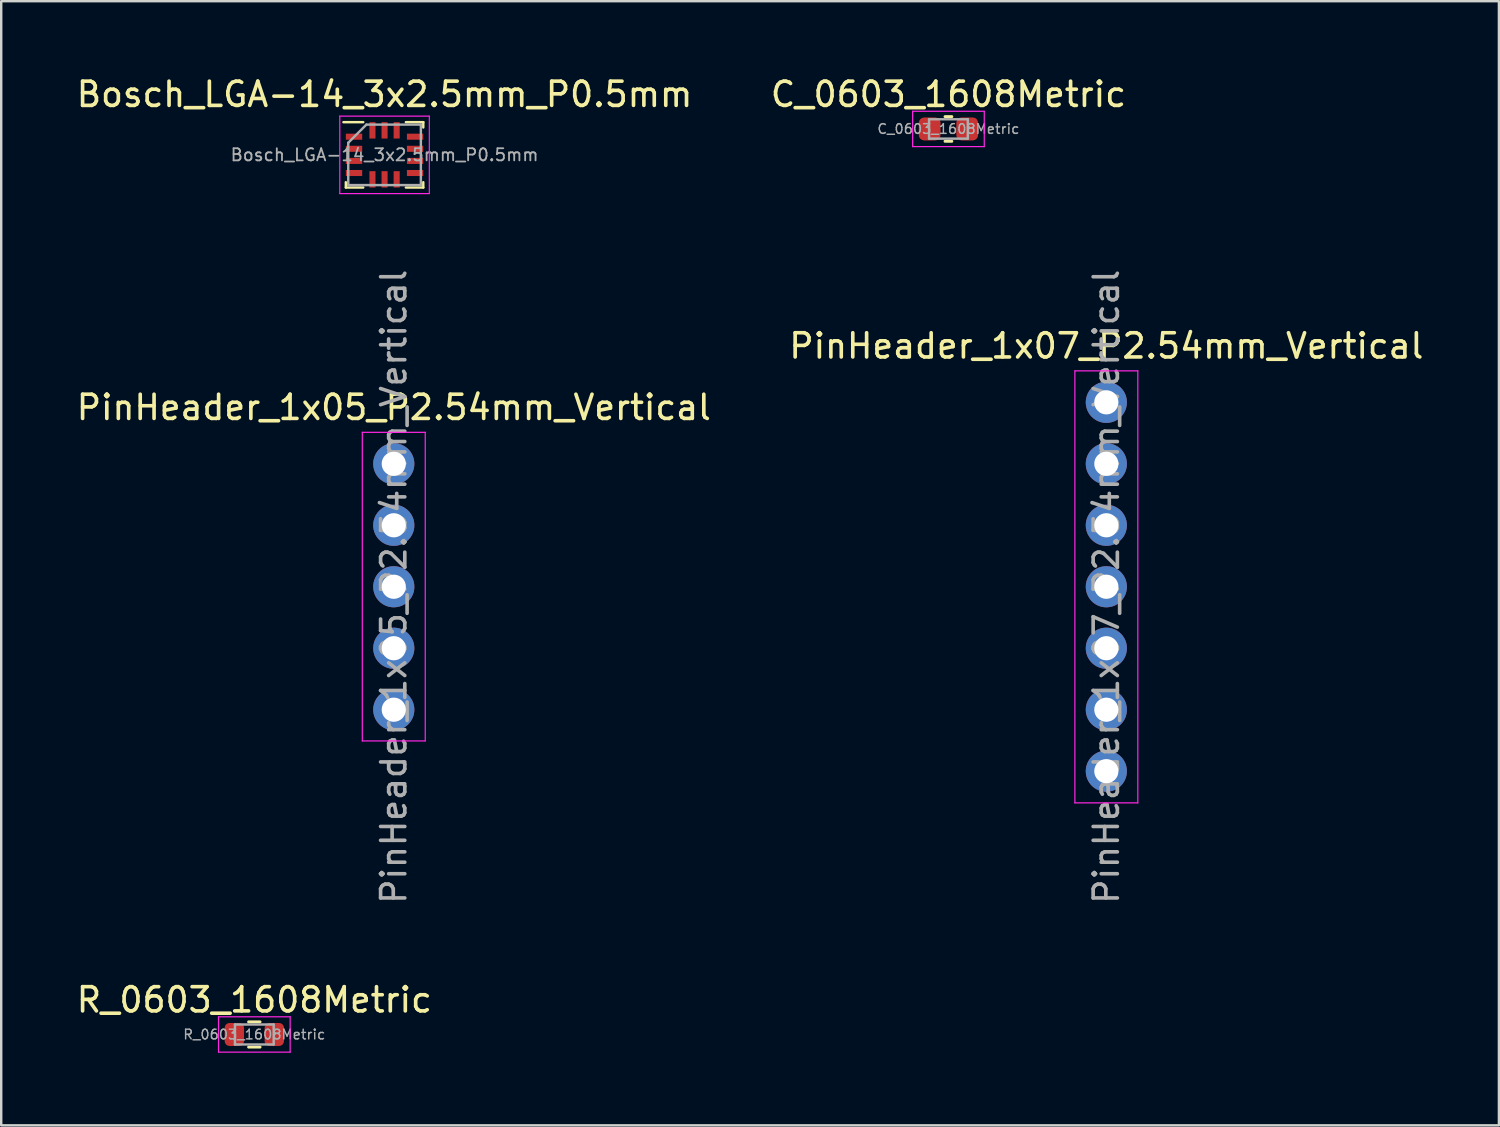
<source format=kicad_pcb>
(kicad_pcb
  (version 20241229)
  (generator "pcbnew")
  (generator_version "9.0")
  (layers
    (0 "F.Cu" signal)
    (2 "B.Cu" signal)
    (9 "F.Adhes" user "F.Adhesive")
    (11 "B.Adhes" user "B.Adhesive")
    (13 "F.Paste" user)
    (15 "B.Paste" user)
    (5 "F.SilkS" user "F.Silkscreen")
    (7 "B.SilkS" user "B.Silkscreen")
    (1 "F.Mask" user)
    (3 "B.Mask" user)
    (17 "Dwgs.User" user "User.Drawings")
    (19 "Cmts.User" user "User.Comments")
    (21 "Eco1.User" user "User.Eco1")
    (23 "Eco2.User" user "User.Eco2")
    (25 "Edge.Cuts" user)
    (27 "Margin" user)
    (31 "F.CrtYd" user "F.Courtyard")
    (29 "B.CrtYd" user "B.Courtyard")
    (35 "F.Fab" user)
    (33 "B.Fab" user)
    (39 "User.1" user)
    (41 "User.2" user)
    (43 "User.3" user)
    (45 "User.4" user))
  (footprint "PinHeader_1x05_P2.54mm_Vertical"
    (layer "F.Cu")
    (at 13.22 16.113)
    (property "Reference" "PinHeader_1x05_P2.54mm_Vertical" (at 0 -2.33 0) (layer "F.SilkS") (effects (font (size 1 1) (thickness 0.15))))
    (attr through_hole)
    (fp_line (start -1.3 -1.3) (end -1.3 11.45) (stroke (width 0.05) (type solid)) (layer "F.CrtYd"))
    (fp_line (start -1.3 11.45) (end 1.3 11.45) (stroke (width 0.05) (type solid)) (layer "F.CrtYd"))
    (fp_line (start 1.3 -1.3) (end -1.3 -1.3) (stroke (width 0.05) (type solid)) (layer "F.CrtYd"))
    (fp_line (start 1.3 11.45) (end 1.3 -1.3) (stroke (width 0.05) (type solid)) (layer "F.CrtYd"))
    (fp_text user "${REFERENCE}" (at 0 5.08 90) (layer "F.Fab") (effects (font (size 1 1) (thickness 0.15))))
    (pad "1" thru_hole circle (at 0 0) (size 1.7 1.7) (drill 1) (layers "*.Cu" "*.Mask"))
    (pad "2" thru_hole oval (at 0 2.54) (size 1.7 1.7) (drill 1) (layers "*.Cu" "*.Mask"))
    (pad "3" thru_hole oval (at 0 5.08) (size 1.7 1.7) (drill 1) (layers "*.Cu" "*.Mask"))
    (pad "4" thru_hole oval (at 0 7.62) (size 1.7 1.7) (drill 1) (layers "*.Cu" "*.Mask"))
    (pad "5" thru_hole oval (at 0 10.16) (size 1.7 1.7) (drill 1) (layers "*.Cu" "*.Mask")))
  (footprint "C_0603_1608Metric"
    (layer "F.Cu")
    (at 36.137 2.278)
    (property "Reference" "C_0603_1608Metric" (at 0 -1.43 0) (layer "F.SilkS") (effects (font (size 1 1) (thickness 0.15))))
    (attr smd)
    (fp_line (start -0.141 -0.51) (end 0.141 -0.51) (stroke (width 0.12) (type solid)) (layer "F.SilkS"))
    (fp_line (start -0.141 0.51) (end 0.141 0.51) (stroke (width 0.12) (type solid)) (layer "F.SilkS"))
    (fp_line (start -1.48 -0.73) (end 1.48 -0.73) (stroke (width 0.05) (type solid)) (layer "F.CrtYd"))
    (fp_line (start -1.48 0.73) (end -1.48 -0.73) (stroke (width 0.05) (type solid)) (layer "F.CrtYd"))
    (fp_line (start 1.48 -0.73) (end 1.48 0.73) (stroke (width 0.05) (type solid)) (layer "F.CrtYd"))
    (fp_line (start 1.48 0.73) (end -1.48 0.73) (stroke (width 0.05) (type solid)) (layer "F.CrtYd"))
    (fp_line (start -0.8 -0.4) (end 0.8 -0.4) (stroke (width 0.1) (type solid)) (layer "F.Fab"))
    (fp_line (start -0.8 0.4) (end -0.8 -0.4) (stroke (width 0.1) (type solid)) (layer "F.Fab"))
    (fp_line (start 0.8 -0.4) (end 0.8 0.4) (stroke (width 0.1) (type solid)) (layer "F.Fab"))
    (fp_line (start 0.8 0.4) (end -0.8 0.4) (stroke (width 0.1) (type solid)) (layer "F.Fab"))
    (fp_text user "${REFERENCE}" (at 0 0 0) (layer "F.Fab") (effects (font (size 0.4 0.4) (thickness 0.06))))
    (pad "1" smd roundrect (at -0.775 0) (size 0.9 0.95) (layers "F.Cu" "F.Mask" "F.Paste") (roundrect_rratio 0.25))
    (pad "2" smd roundrect (at 0.775 0) (size 0.9 0.95) (layers "F.Cu" "F.Mask" "F.Paste") (roundrect_rratio 0.25)))
  (footprint "PinHeader_1x07_P2.54mm_Vertical"
    (layer "F.Cu")
    (at 42.661 13.573)
    (property "Reference" "PinHeader_1x07_P2.54mm_Vertical" (at 0 -2.33 0) (layer "F.SilkS") (effects (font (size 1 1) (thickness 0.15))))
    (attr through_hole)
    (fp_line (start -1.3 -1.3) (end -1.3 16.55) (stroke (width 0.05) (type solid)) (layer "F.CrtYd"))
    (fp_line (start -1.3 16.55) (end 1.3 16.55) (stroke (width 0.05) (type solid)) (layer "F.CrtYd"))
    (fp_line (start 1.3 -1.3) (end -1.3 -1.3) (stroke (width 0.05) (type solid)) (layer "F.CrtYd"))
    (fp_line (start 1.3 16.55) (end 1.3 -1.3) (stroke (width 0.05) (type solid)) (layer "F.CrtYd"))
    (fp_text user "${REFERENCE}" (at 0 7.62 90) (layer "F.Fab") (effects (font (size 1 1) (thickness 0.15))))
    (pad "1" thru_hole circle (at 0 0) (size 1.7 1.7) (drill 1) (layers "*.Cu" "*.Mask"))
    (pad "2" thru_hole oval (at 0 2.54) (size 1.7 1.7) (drill 1) (layers "*.Cu" "*.Mask"))
    (pad "3" thru_hole oval (at 0 5.08) (size 1.7 1.7) (drill 1) (layers "*.Cu" "*.Mask"))
    (pad "4" thru_hole oval (at 0 7.62) (size 1.7 1.7) (drill 1) (layers "*.Cu" "*.Mask"))
    (pad "5" thru_hole oval (at 0 10.16) (size 1.7 1.7) (drill 1) (layers "*.Cu" "*.Mask"))
    (pad "6" thru_hole oval (at 0 12.7) (size 1.7 1.7) (drill 1) (layers "*.Cu" "*.Mask"))
    (pad "7" thru_hole oval (at 0 15.24) (size 1.7 1.7) (drill 1) (layers "*.Cu" "*.Mask")))
  (footprint "R_0603_1608Metric"
    (layer "F.Cu")
    (at 7.458 39.692)
    (property "Reference" "R_0603_1608Metric" (at 0 -1.43 0) (layer "F.SilkS") (effects (font (size 1 1) (thickness 0.15))))
    (attr smd)
    (fp_line (start -0.237 -0.522) (end 0.237 -0.522) (stroke (width 0.12) (type solid)) (layer "F.SilkS"))
    (fp_line (start -0.237 0.522) (end 0.237 0.522) (stroke (width 0.12) (type solid)) (layer "F.SilkS"))
    (fp_line (start -1.48 -0.73) (end 1.48 -0.73) (stroke (width 0.05) (type solid)) (layer "F.CrtYd"))
    (fp_line (start -1.48 0.73) (end -1.48 -0.73) (stroke (width 0.05) (type solid)) (layer "F.CrtYd"))
    (fp_line (start 1.48 -0.73) (end 1.48 0.73) (stroke (width 0.05) (type solid)) (layer "F.CrtYd"))
    (fp_line (start 1.48 0.73) (end -1.48 0.73) (stroke (width 0.05) (type solid)) (layer "F.CrtYd"))
    (fp_line (start -0.8 -0.412) (end 0.8 -0.412) (stroke (width 0.1) (type solid)) (layer "F.Fab"))
    (fp_line (start -0.8 0.412) (end -0.8 -0.412) (stroke (width 0.1) (type solid)) (layer "F.Fab"))
    (fp_line (start 0.8 -0.412) (end 0.8 0.412) (stroke (width 0.1) (type solid)) (layer "F.Fab"))
    (fp_line (start 0.8 0.412) (end -0.8 0.412) (stroke (width 0.1) (type solid)) (layer "F.Fab"))
    (fp_text user "${REFERENCE}" (at 0 0 0) (layer "F.Fab") (effects (font (size 0.4 0.4) (thickness 0.06))))
    (pad "1" smd roundrect (at -0.825 0) (size 0.8 0.95) (layers "F.Cu" "F.Mask" "F.Paste") (roundrect_rratio 0.25))
    (pad "2" smd roundrect (at 0.825 0) (size 0.8 0.95) (layers "F.Cu" "F.Mask" "F.Paste") (roundrect_rratio 0.25)))
  (footprint "Bosch_LGA-14_3x2.5mm_P0.5mm"
    (layer "F.Cu")
    (at 12.839 3.348)
    (property "Reference" "Bosch_LGA-14_3x2.5mm_P0.5mm" (at 0 -2.5 0) (layer "F.SilkS") (effects (font (size 1 1) (thickness 0.15))))
    (attr smd)
    (fp_line (start -1.7 -1.35) (end -0.88 -1.35) (stroke (width 0.1) (type solid)) (layer "F.SilkS"))
    (fp_line (start -1.6 1.35) (end -1.6 1.13) (stroke (width 0.1) (type solid)) (layer "F.SilkS"))
    (fp_line (start -1.6 1.35) (end -0.88 1.35) (stroke (width 0.1) (type solid)) (layer "F.SilkS"))
    (fp_line (start 0.88 -1.35) (end 1.6 -1.35) (stroke (width 0.1) (type solid)) (layer "F.SilkS"))
    (fp_line (start 1.6 -1.35) (end 1.6 -1.13) (stroke (width 0.1) (type solid)) (layer "F.SilkS"))
    (fp_line (start 1.6 1.13) (end 1.6 1.35) (stroke (width 0.1) (type solid)) (layer "F.SilkS"))
    (fp_line (start 1.6 1.35) (end 0.88 1.35) (stroke (width 0.1) (type solid)) (layer "F.SilkS"))
    (fp_line (start -1.85 -1.6) (end 1.85 -1.6) (stroke (width 0.05) (type solid)) (layer "F.CrtYd"))
    (fp_line (start -1.85 1.6) (end -1.85 -1.6) (stroke (width 0.05) (type solid)) (layer "F.CrtYd"))
    (fp_line (start 1.85 -1.6) (end 1.85 1.6) (stroke (width 0.05) (type solid)) (layer "F.CrtYd"))
    (fp_line (start 1.85 1.6) (end -1.85 1.6) (stroke (width 0.05) (type solid)) (layer "F.CrtYd"))
    (fp_line (start -1.5 1.25) (end -1.5 -0.5) (stroke (width 0.1) (type solid)) (layer "F.Fab"))
    (fp_line (start -0.75 -1.25) (end -1.5 -0.5) (stroke (width 0.1) (type solid)) (layer "F.Fab"))
    (fp_line (start -0.75 -1.25) (end 1.5 -1.25) (stroke (width 0.1) (type solid)) (layer "F.Fab"))
    (fp_line (start 1.5 -1.25) (end 1.5 1.25) (stroke (width 0.1) (type solid)) (layer "F.Fab"))
    (fp_line (start 1.5 1.25) (end -1.5 1.25) (stroke (width 0.1) (type solid)) (layer "F.Fab"))
    (fp_text user "${REFERENCE}" (at 0 0 0) (layer "F.Fab") (effects (font (size 0.5 0.5) (thickness 0.075))))
    (pad "1" smd rect (at -1.262 -0.75) (size 0.675 0.25) (layers "F.Cu" "F.Mask" "F.Paste"))
    (pad "2" smd rect (at -1.262 -0.25) (size 0.675 0.25) (layers "F.Cu" "F.Mask" "F.Paste"))
    (pad "3" smd rect (at -1.262 0.25) (size 0.675 0.25) (layers "F.Cu" "F.Mask" "F.Paste"))
    (pad "4" smd rect (at -1.262 0.75) (size 0.675 0.25) (layers "F.Cu" "F.Mask" "F.Paste"))
    (pad "5" smd rect (at -0.5 1.012) (size 0.25 0.675) (layers "F.Cu" "F.Mask" "F.Paste"))
    (pad "6" smd rect (at 0 1.012) (size 0.25 0.675) (layers "F.Cu" "F.Mask" "F.Paste"))
    (pad "7" smd rect (at 0.5 1.012) (size 0.25 0.675) (layers "F.Cu" "F.Mask" "F.Paste"))
    (pad "8" smd rect (at 1.262 0.75) (size 0.675 0.25) (layers "F.Cu" "F.Mask" "F.Paste"))
    (pad "9" smd rect (at 1.262 0.25) (size 0.675 0.25) (layers "F.Cu" "F.Mask" "F.Paste"))
    (pad "10" smd rect (at 1.262 -0.25) (size 0.675 0.25) (layers "F.Cu" "F.Mask" "F.Paste"))
    (pad "11" smd rect (at 1.262 -0.75) (size 0.675 0.25) (layers "F.Cu" "F.Mask" "F.Paste"))
    (pad "12" smd rect (at 0.5 -1.012) (size 0.25 0.675) (layers "F.Cu" "F.Mask" "F.Paste"))
    (pad "13" smd rect (at 0 -1.012) (size 0.25 0.675) (layers "F.Cu" "F.Mask" "F.Paste"))
    (pad "14" smd rect (at -0.5 -1.012) (size 0.25 0.675) (layers "F.Cu" "F.Mask" "F.Paste")))
  (gr_rect
    (start -3 -3)
    (end 58.881 43.447)
    (stroke (width 0.1) (type default))
    (fill no)
    (layer "Edge.Cuts")))
</source>
